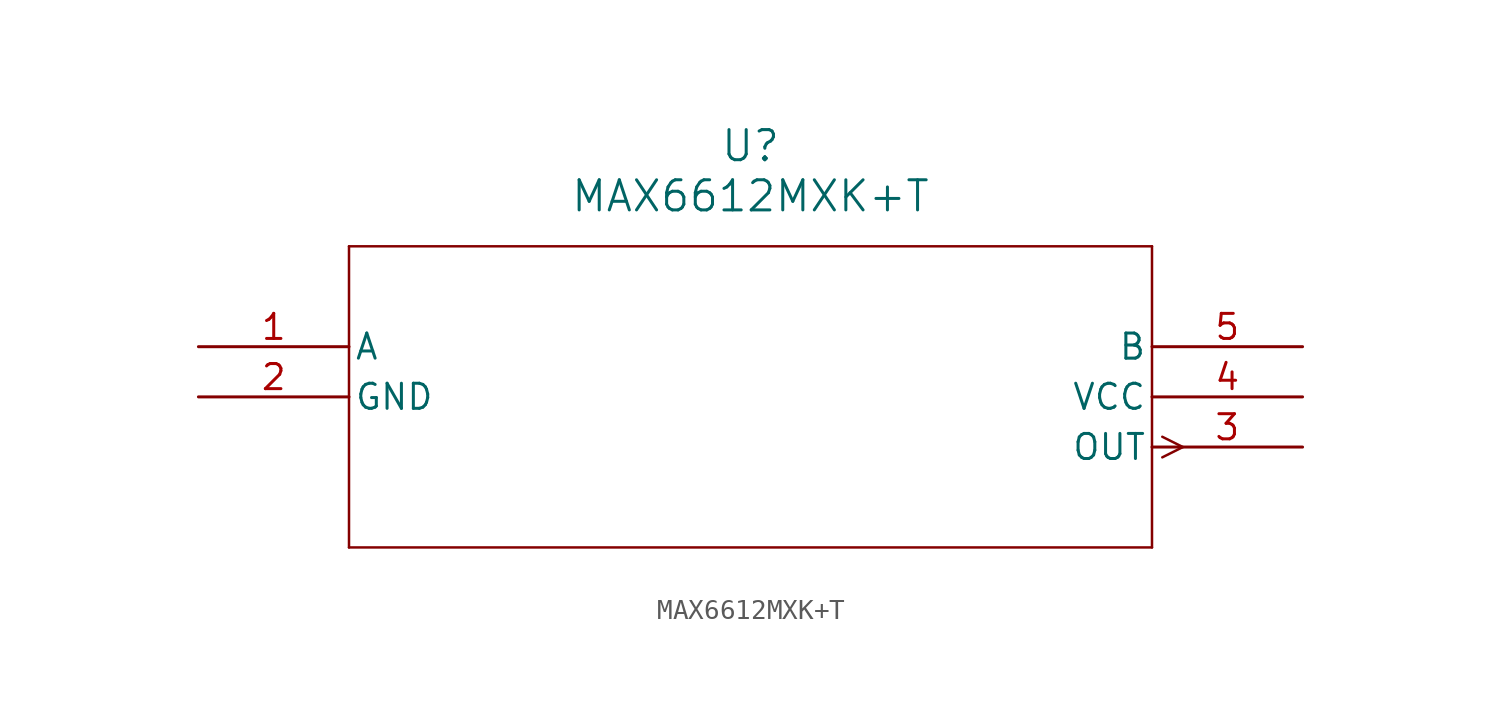
<source format=kicad_sym>
(kicad_symbol_lib
  (version 20211014)
  (generator kicad_symbol_editor)
  (symbol "MAX6612MXK+T"
    (pin_names
      (offset 0.254))
    (property "Reference" "U"
      (at 27.94 10.16 0)
      (effects (font (size 1.524 1.524))))
    (property "Value" "MAX6612MXK+T"
      (at 27.94 7.62 0)
      (effects (font (size 1.524 1.524))))
    (symbol "MAX6612MXK+T_0_1"
      (polyline (pts (xy 48.781 -4.559) (xy 49.822 -5.08)) (stroke (width 0.127) (type default) (color 0 0 0 0)) (fill (type none)))
      (polyline (pts (xy 48.781 -5.601) (xy 49.822 -5.08)) (stroke (width 0.127) (type default) (color 0 0 0 0)) (fill (type none)))
      (polyline (pts (xy 7.62 5.08) (xy 7.62 -10.16)) (stroke (width 0.127) (type default) (color 0 0 0 0)) (fill (type none)))
      (polyline (pts (xy 7.62 -10.16) (xy 48.26 -10.16)) (stroke (width 0.127) (type default) (color 0 0 0 0)) (fill (type none)))
      (polyline (pts (xy 48.26 -10.16) (xy 48.26 5.08)) (stroke (width 0.127) (type default) (color 0 0 0 0)) (fill (type none)))
      (polyline (pts (xy 48.26 5.08) (xy 7.62 5.08)) (stroke (width 0.127) (type default) (color 0 0 0 0)) (fill (type none)))
      (pin unspecified line (at 0 0 0) (length 7.62) (name "A" (effects (font (size 1.27 1.27)))) (number "1" (effects (font (size 1.27 1.27)))))
      (pin power_in line (at 0 -2.54 0) (length 7.62) (name "GND" (effects (font (size 1.27 1.27)))) (number "2" (effects (font (size 1.27 1.27)))))
      (pin output line (at 55.88 -5.08 180) (length 7.62) (name "OUT" (effects (font (size 1.27 1.27)))) (number "3" (effects (font (size 1.27 1.27)))))
      (pin power_in line (at 55.88 -2.54 180) (length 7.62) (name "VCC" (effects (font (size 1.27 1.27)))) (number "4" (effects (font (size 1.27 1.27)))))
      (pin unspecified line (at 55.88 0 180) (length 7.62) (name "B" (effects (font (size 1.27 1.27)))) (number "5" (effects (font (size 1.27 1.27))))))))
</source>
